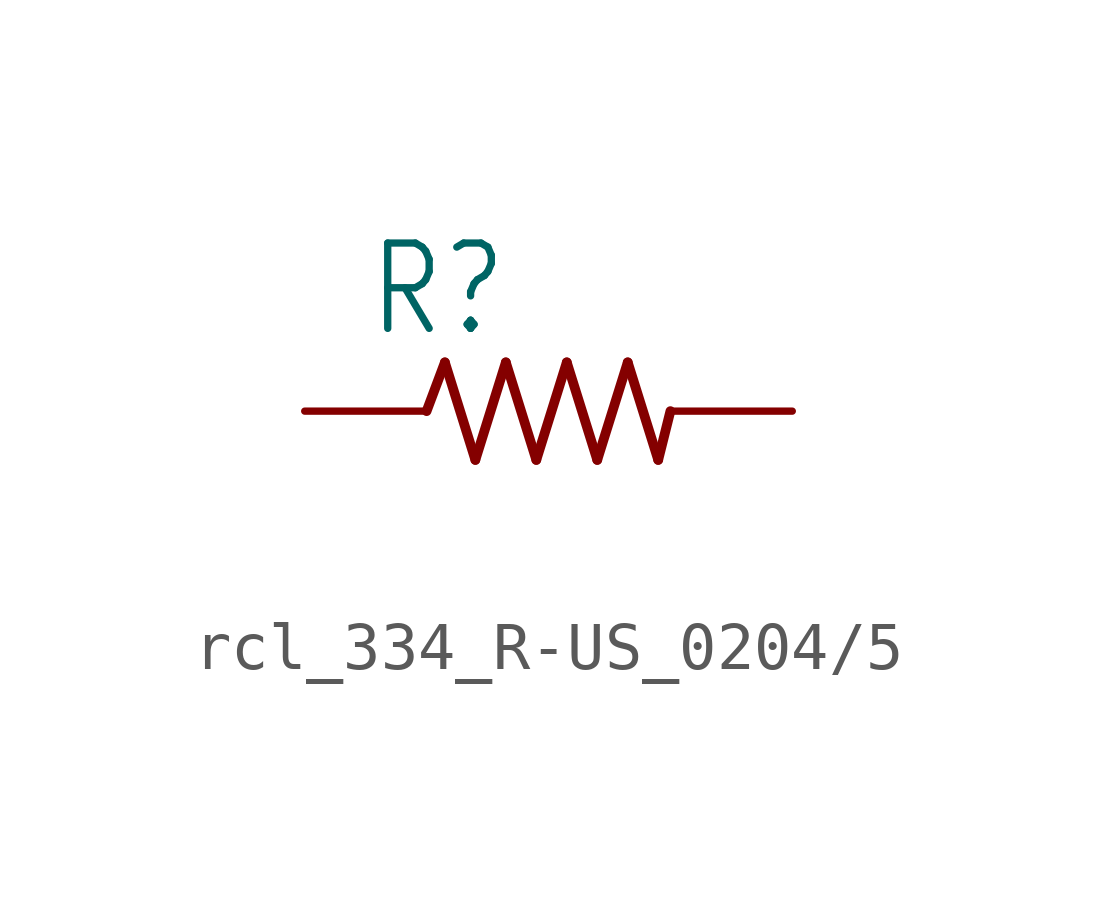
<source format=kicad_sym>
(kicad_symbol_lib
  (version 20241209)
  (generator "kicad_symbol_editor")
  (generator_version "9.0")
  (symbol "rcl_334_R-US_0204/5"
    (property "Reference" "R"
      (at -3.81 1.499 0)
      (effects (font (size 1.778 1.511)) (justify left bottom)))
    (property "Value" ""
      (at -3.81 -3.302 0)
      (effects (font (size 1.778 1.511)) (justify left bottom)))
    (property "ki_locked" ""
      (at 0 0 0)
      (effects (font (size 1.27 1.27))))
    (symbol "rcl_334_R-US_0204/5_1_0"
      (polyline (pts (xy -2.54 0) (xy -2.159 1.016)) (stroke (width 0.203) (type solid)) (fill (type none)))
      (polyline (pts (xy -2.159 1.016) (xy -1.524 -1.016)) (stroke (width 0.203) (type solid)) (fill (type none)))
      (polyline (pts (xy -1.524 -1.016) (xy -0.889 1.016)) (stroke (width 0.203) (type solid)) (fill (type none)))
      (polyline (pts (xy -0.889 1.016) (xy -0.254 -1.016)) (stroke (width 0.203) (type solid)) (fill (type none)))
      (polyline (pts (xy -0.254 -1.016) (xy 0.381 1.016)) (stroke (width 0.203) (type solid)) (fill (type none)))
      (polyline (pts (xy 0.381 1.016) (xy 1.016 -1.016)) (stroke (width 0.203) (type solid)) (fill (type none)))
      (polyline (pts (xy 1.016 -1.016) (xy 1.651 1.016)) (stroke (width 0.203) (type solid)) (fill (type none)))
      (polyline (pts (xy 1.651 1.016) (xy 2.286 -1.016)) (stroke (width 0.203) (type solid)) (fill (type none)))
      (polyline (pts (xy 2.286 -1.016) (xy 2.54 0)) (stroke (width 0.203) (type solid)) (fill (type none)))
      (pin passive line (at -5.08 0 0) (length 2.54) (name "1" (effects (font (size 0 0)))) (number "1" (effects (font (size 0 0)))))
      (pin passive line (at 5.08 0 180) (length 2.54) (name "2" (effects (font (size 0 0)))) (number "2" (effects (font (size 0 0))))))))
</source>
